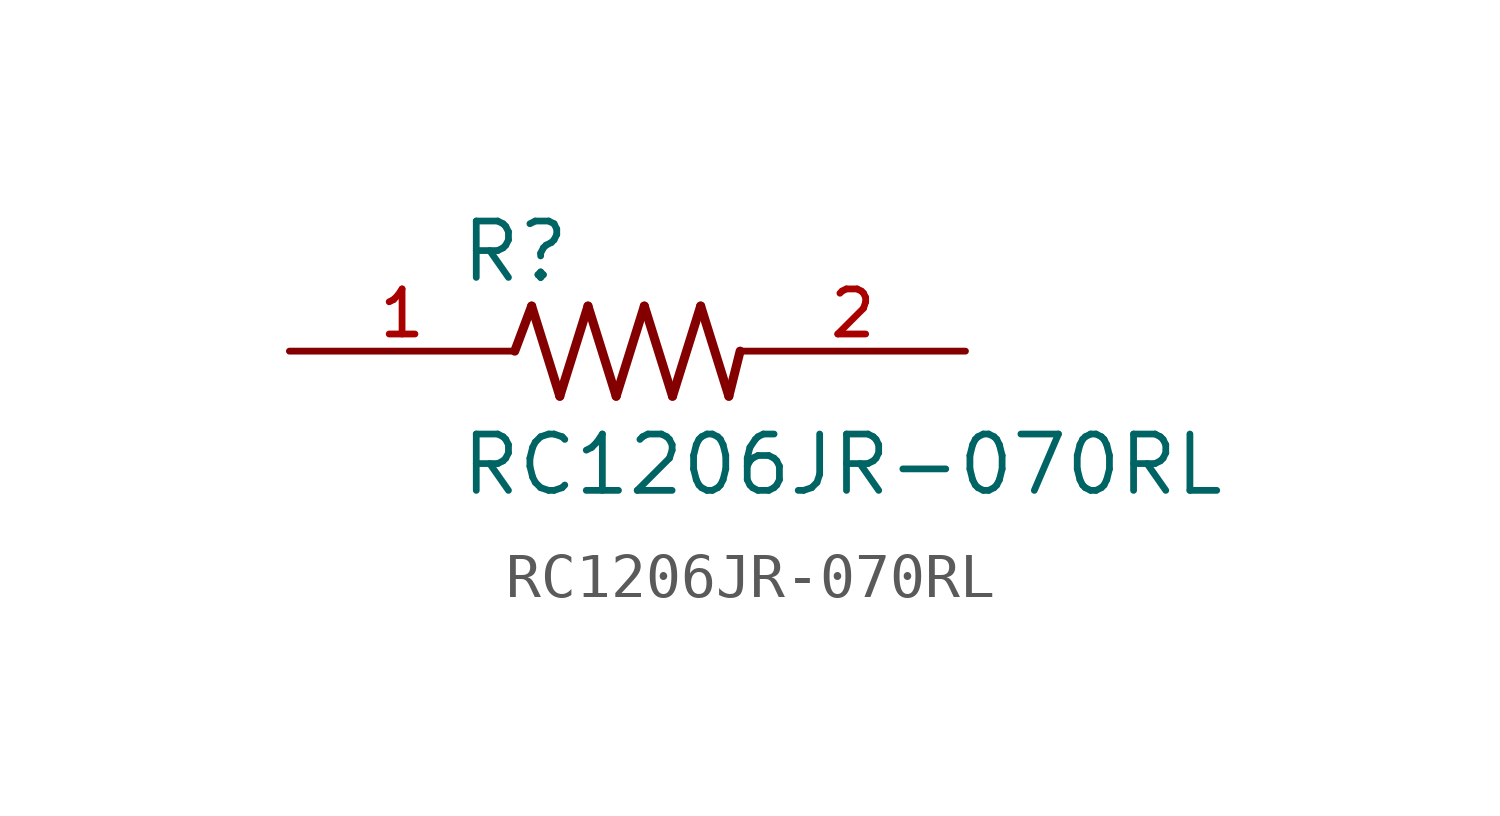
<source format=kicad_sym>
(kicad_symbol_lib
  (version 20211014)
  (generator kicad_symbol_editor)
  (symbol "RC1206JR-070RL"
    (pin_names
      (offset 1.016))
    (property "Reference" "R"
      (at -3.81 1.499 0)
      (effects (font (size 1.27 1.27)) (justify bottom left)))
    (property "Value" "RC1206JR-070RL"
      (at -3.81 -3.302 0)
      (effects (font (size 1.27 1.27)) (justify bottom left)))
    (symbol "RC1206JR-070RL_0_0"
      (polyline (pts (xy -2.54 0.0) (xy -2.159 1.016)) (stroke (width 0.203)))
      (polyline (pts (xy -2.159 1.016) (xy -1.524 -1.016)) (stroke (width 0.203)))
      (polyline (pts (xy -1.524 -1.016) (xy -0.889 1.016)) (stroke (width 0.203)))
      (polyline (pts (xy -0.889 1.016) (xy -0.254 -1.016)) (stroke (width 0.203)))
      (polyline (pts (xy -0.254 -1.016) (xy 0.381 1.016)) (stroke (width 0.203)))
      (polyline (pts (xy 0.381 1.016) (xy 1.016 -1.016)) (stroke (width 0.203)))
      (polyline (pts (xy 1.016 -1.016) (xy 1.651 1.016)) (stroke (width 0.203)))
      (polyline (pts (xy 1.651 1.016) (xy 2.286 -1.016)) (stroke (width 0.203)))
      (polyline (pts (xy 2.286 -1.016) (xy 2.54 0.0)) (stroke (width 0.203)))
      (pin passive line (at 7.62 0.0 180.0) (length 5.08) (name "~" (effects (font (size 1.016 1.016)))) (number "2" (effects (font (size 1.016 1.016)))))
      (pin passive line (at -7.62 0.0 0) (length 5.08) (name "~" (effects (font (size 1.016 1.016)))) (number "1" (effects (font (size 1.016 1.016))))))))
</source>
